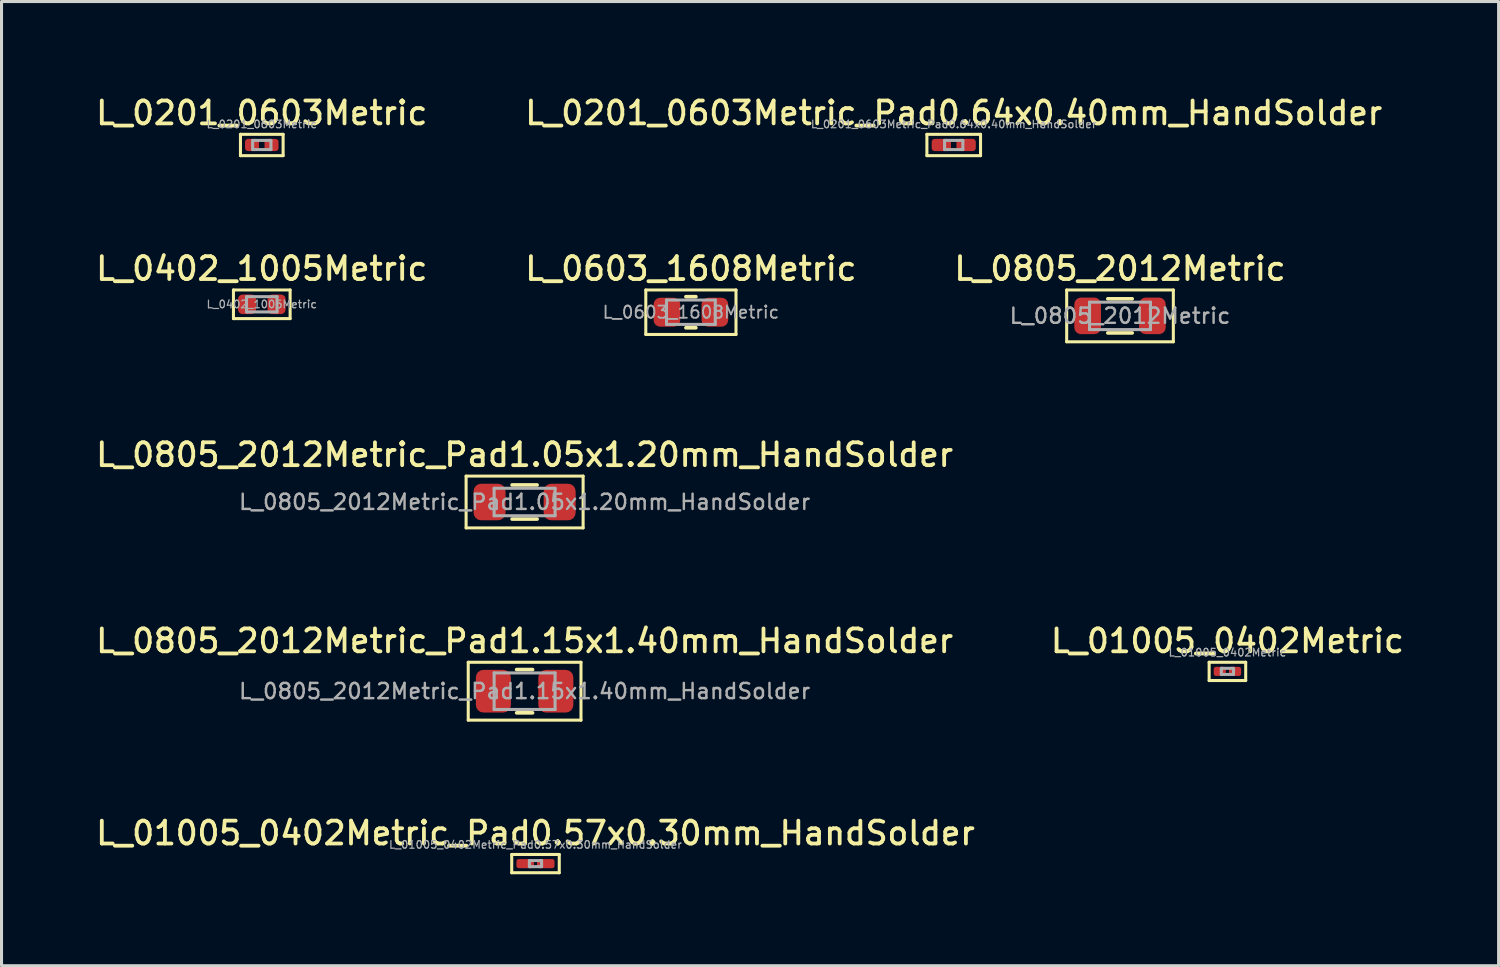
<source format=kicad_pcb>
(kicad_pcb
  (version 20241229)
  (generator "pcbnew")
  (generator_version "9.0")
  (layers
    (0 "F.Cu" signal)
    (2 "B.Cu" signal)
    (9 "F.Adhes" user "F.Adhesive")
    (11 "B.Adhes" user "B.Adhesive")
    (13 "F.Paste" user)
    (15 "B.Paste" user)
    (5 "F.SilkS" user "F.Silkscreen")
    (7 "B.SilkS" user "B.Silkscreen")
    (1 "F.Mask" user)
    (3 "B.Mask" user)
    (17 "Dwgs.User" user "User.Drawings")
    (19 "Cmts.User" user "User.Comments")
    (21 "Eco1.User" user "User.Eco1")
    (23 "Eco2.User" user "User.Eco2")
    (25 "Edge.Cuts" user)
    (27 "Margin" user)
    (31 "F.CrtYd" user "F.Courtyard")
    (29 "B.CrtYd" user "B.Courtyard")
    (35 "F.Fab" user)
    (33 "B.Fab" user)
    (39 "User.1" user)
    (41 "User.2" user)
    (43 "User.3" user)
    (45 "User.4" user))
  (footprint "L_0805_2012Metric_Pad1.15x1.40mm_HandSolder"
    (layer "F.Cu")
    (at 14.166 19.633)
    (property "Reference" "L_0805_2012Metric_Pad1.15x1.40mm_HandSolder" (at 0 -1.65 0) (layer "F.SilkS") (effects (font (size 0.75 0.75) (thickness 0.125))))
    (attr smd)
    (fp_line (start -1.85 -0.95) (end 1.85 -0.95) (stroke (width 0.1) (type solid)) (layer "F.SilkS"))
    (fp_line (start -1.85 0.95) (end -1.85 -0.95) (stroke (width 0.1) (type solid)) (layer "F.SilkS"))
    (fp_line (start -0.261 -0.71) (end 0.261 -0.71) (stroke (width 0.12) (type solid)) (layer "F.SilkS"))
    (fp_line (start -0.261 0.71) (end 0.261 0.71) (stroke (width 0.12) (type solid)) (layer "F.SilkS"))
    (fp_line (start 1.85 -0.95) (end 1.85 0.95) (stroke (width 0.1) (type solid)) (layer "F.SilkS"))
    (fp_line (start 1.85 0.95) (end -1.85 0.95) (stroke (width 0.1) (type solid)) (layer "F.SilkS"))
    (fp_line (start -1 -0.6) (end 1 -0.6) (stroke (width 0.1) (type solid)) (layer "F.Fab"))
    (fp_line (start -1 0.6) (end -1 -0.6) (stroke (width 0.1) (type solid)) (layer "F.Fab"))
    (fp_line (start 1 -0.6) (end 1 0.6) (stroke (width 0.1) (type solid)) (layer "F.Fab"))
    (fp_line (start 1 0.6) (end -1 0.6) (stroke (width 0.1) (type solid)) (layer "F.Fab"))
    (fp_text user "${REFERENCE}" (at 0 0 0) (layer "F.Fab") (effects (font (size 0.5 0.5) (thickness 0.08))))
    (pad "1" smd roundrect (at -1.025 0) (size 1.15 1.4) (layers "F.Cu" "F.Mask" "F.Paste") (roundrect_rratio 0.217))
    (pad "2" smd roundrect (at 1.025 0) (size 1.15 1.4) (layers "F.Cu" "F.Mask" "F.Paste") (roundrect_rratio 0.217)))
  (footprint "L_01005_0402Metric"
    (layer "F.Cu")
    (at 37.23 18.983)
    (property "Reference" "L_01005_0402Metric" (at 0 -1 0) (layer "F.SilkS") (effects (font (size 0.75 0.75) (thickness 0.125))))
    (attr smd)
    (fp_line (start -0.6 -0.3) (end 0.6 -0.3) (stroke (width 0.1) (type solid)) (layer "F.SilkS"))
    (fp_line (start -0.6 0.3) (end -0.6 -0.3) (stroke (width 0.1) (type solid)) (layer "F.SilkS"))
    (fp_line (start 0.6 -0.3) (end 0.6 0.3) (stroke (width 0.1) (type solid)) (layer "F.SilkS"))
    (fp_line (start 0.6 0.3) (end -0.6 0.3) (stroke (width 0.1) (type solid)) (layer "F.SilkS"))
    (fp_line (start -0.2 -0.1) (end 0.2 -0.1) (stroke (width 0.1) (type solid)) (layer "F.Fab"))
    (fp_line (start -0.2 0.1) (end -0.2 -0.1) (stroke (width 0.1) (type solid)) (layer "F.Fab"))
    (fp_line (start 0.2 -0.1) (end 0.2 0.1) (stroke (width 0.1) (type solid)) (layer "F.Fab"))
    (fp_line (start 0.2 0.1) (end -0.2 0.1) (stroke (width 0.1) (type solid)) (layer "F.Fab"))
    (fp_text user "${REFERENCE}" (at 0 -0.62 0) (layer "F.Fab") (effects (font (size 0.25 0.25) (thickness 0.04))))
    (pad "" smd roundrect (at -0.275 0) (size 0.27 0.27) (layers "F.Paste") (roundrect_rratio 0.25))
    (pad "" smd roundrect (at 0.275 0) (size 0.27 0.27) (layers "F.Paste") (roundrect_rratio 0.25))
    (pad "1" smd roundrect (at -0.25 0) (size 0.4 0.3) (layers "F.Cu" "F.Mask") (roundrect_rratio 0.25))
    (pad "2" smd roundrect (at 0.25 0) (size 0.4 0.3) (layers "F.Cu" "F.Mask") (roundrect_rratio 0.25)))
  (footprint "L_0805_2012Metric_Pad1.05x1.20mm_HandSolder"
    (layer "F.Cu")
    (at 14.166 13.424)
    (property "Reference" "L_0805_2012Metric_Pad1.05x1.20mm_HandSolder" (at 0 -1.55 0) (layer "F.SilkS") (effects (font (size 0.75 0.75) (thickness 0.125))))
    (attr smd)
    (fp_line (start -1.92 -0.85) (end 1.92 -0.85) (stroke (width 0.1) (type solid)) (layer "F.SilkS"))
    (fp_line (start -1.92 0.85) (end -1.92 -0.85) (stroke (width 0.1) (type solid)) (layer "F.SilkS"))
    (fp_line (start -0.41 -0.56) (end 0.41 -0.56) (stroke (width 0.12) (type solid)) (layer "F.SilkS"))
    (fp_line (start -0.41 0.56) (end 0.41 0.56) (stroke (width 0.12) (type solid)) (layer "F.SilkS"))
    (fp_line (start 1.92 -0.85) (end 1.92 0.85) (stroke (width 0.1) (type solid)) (layer "F.SilkS"))
    (fp_line (start 1.92 0.85) (end -1.92 0.85) (stroke (width 0.1) (type solid)) (layer "F.SilkS"))
    (fp_line (start -1 -0.45) (end 1 -0.45) (stroke (width 0.1) (type solid)) (layer "F.Fab"))
    (fp_line (start -1 0.45) (end -1 -0.45) (stroke (width 0.1) (type solid)) (layer "F.Fab"))
    (fp_line (start 1 -0.45) (end 1 0.45) (stroke (width 0.1) (type solid)) (layer "F.Fab"))
    (fp_line (start 1 0.45) (end -1 0.45) (stroke (width 0.1) (type solid)) (layer "F.Fab"))
    (fp_text user "${REFERENCE}" (at 0 0 0) (layer "F.Fab") (effects (font (size 0.5 0.5) (thickness 0.08))))
    (pad "1" smd roundrect (at -1.15 0) (size 1.05 1.2) (layers "F.Cu" "F.Mask" "F.Paste") (roundrect_rratio 0.238))
    (pad "2" smd roundrect (at 1.15 0) (size 1.05 1.2) (layers "F.Cu" "F.Mask" "F.Paste") (roundrect_rratio 0.238)))
  (footprint "L_0402_1005Metric"
    (layer "F.Cu")
    (at 5.541 6.936)
    (property "Reference" "L_0402_1005Metric" (at 0 -1.17 0) (layer "F.SilkS") (effects (font (size 0.75 0.75) (thickness 0.125))))
    (attr smd)
    (fp_line (start -0.93 -0.47) (end 0.93 -0.47) (stroke (width 0.1) (type solid)) (layer "F.SilkS"))
    (fp_line (start -0.93 0.47) (end -0.93 -0.47) (stroke (width 0.1) (type solid)) (layer "F.SilkS"))
    (fp_line (start 0.93 -0.47) (end 0.93 0.47) (stroke (width 0.1) (type solid)) (layer "F.SilkS"))
    (fp_line (start 0.93 0.47) (end -0.93 0.47) (stroke (width 0.1) (type solid)) (layer "F.SilkS"))
    (fp_line (start -0.5 -0.25) (end 0.5 -0.25) (stroke (width 0.1) (type solid)) (layer "F.Fab"))
    (fp_line (start -0.5 0.25) (end -0.5 -0.25) (stroke (width 0.1) (type solid)) (layer "F.Fab"))
    (fp_line (start 0.5 -0.25) (end 0.5 0.25) (stroke (width 0.1) (type solid)) (layer "F.Fab"))
    (fp_line (start 0.5 0.25) (end -0.5 0.25) (stroke (width 0.1) (type solid)) (layer "F.Fab"))
    (fp_text user "${REFERENCE}" (at 0 0 0) (layer "F.Fab") (effects (font (size 0.25 0.25) (thickness 0.04))))
    (pad "1" smd roundrect (at -0.485 0) (size 0.59 0.64) (layers "F.Cu" "F.Mask" "F.Paste") (roundrect_rratio 0.25))
    (pad "2" smd roundrect (at 0.485 0) (size 0.59 0.64) (layers "F.Cu" "F.Mask" "F.Paste") (roundrect_rratio 0.25)))
  (footprint "L_01005_0402Metric_Pad0.57x0.30mm_HandSolder"
    (layer "F.Cu")
    (at 14.523 25.291)
    (property "Reference" "L_01005_0402Metric_Pad0.57x0.30mm_HandSolder" (at 0 -1 0) (layer "F.SilkS") (effects (font (size 0.75 0.75) (thickness 0.125))))
    (attr smd)
    (fp_line (start -0.78 -0.3) (end 0.78 -0.3) (stroke (width 0.1) (type solid)) (layer "F.SilkS"))
    (fp_line (start -0.78 0.3) (end -0.78 -0.3) (stroke (width 0.1) (type solid)) (layer "F.SilkS"))
    (fp_line (start 0.78 -0.3) (end 0.78 0.3) (stroke (width 0.1) (type solid)) (layer "F.SilkS"))
    (fp_line (start 0.78 0.3) (end -0.78 0.3) (stroke (width 0.1) (type solid)) (layer "F.SilkS"))
    (fp_line (start -0.2 -0.1) (end 0.2 -0.1) (stroke (width 0.1) (type solid)) (layer "F.Fab"))
    (fp_line (start -0.2 0.1) (end -0.2 -0.1) (stroke (width 0.1) (type solid)) (layer "F.Fab"))
    (fp_line (start 0.2 -0.1) (end 0.2 0.1) (stroke (width 0.1) (type solid)) (layer "F.Fab"))
    (fp_line (start 0.2 0.1) (end -0.2 0.1) (stroke (width 0.1) (type solid)) (layer "F.Fab"))
    (fp_text user "${REFERENCE}" (at 0 -0.62 0) (layer "F.Fab") (effects (font (size 0.25 0.25) (thickness 0.04))))
    (pad "" smd roundrect (at -0.362 0) (size 0.41 0.27) (layers "F.Paste") (roundrect_rratio 0.25))
    (pad "" smd roundrect (at 0.362 0) (size 0.41 0.27) (layers "F.Paste") (roundrect_rratio 0.25))
    (pad "1" smd roundrect (at -0.338 0) (size 0.575 0.3) (layers "F.Cu" "F.Mask") (roundrect_rratio 0.25))
    (pad "2" smd roundrect (at 0.338 0) (size 0.575 0.3) (layers "F.Cu" "F.Mask") (roundrect_rratio 0.25)))
  (footprint "L_0201_0603Metric"
    (layer "F.Cu")
    (at 5.541 1.708)
    (property "Reference" "L_0201_0603Metric" (at 0 -1.05 0) (layer "F.SilkS") (effects (font (size 0.75 0.75) (thickness 0.125))))
    (attr smd)
    (fp_line (start -0.7 -0.35) (end 0.7 -0.35) (stroke (width 0.1) (type solid)) (layer "F.SilkS"))
    (fp_line (start -0.7 0.35) (end -0.7 -0.35) (stroke (width 0.1) (type solid)) (layer "F.SilkS"))
    (fp_line (start 0.7 -0.35) (end 0.7 0.35) (stroke (width 0.1) (type solid)) (layer "F.SilkS"))
    (fp_line (start 0.7 0.35) (end -0.7 0.35) (stroke (width 0.1) (type solid)) (layer "F.SilkS"))
    (fp_line (start -0.3 -0.15) (end 0.3 -0.15) (stroke (width 0.1) (type solid)) (layer "F.Fab"))
    (fp_line (start -0.3 0.15) (end -0.3 -0.15) (stroke (width 0.1) (type solid)) (layer "F.Fab"))
    (fp_line (start 0.3 -0.15) (end 0.3 0.15) (stroke (width 0.1) (type solid)) (layer "F.Fab"))
    (fp_line (start 0.3 0.15) (end -0.3 0.15) (stroke (width 0.1) (type solid)) (layer "F.Fab"))
    (fp_text user "${REFERENCE}" (at 0 -0.68 0) (layer "F.Fab") (effects (font (size 0.25 0.25) (thickness 0.04))))
    (pad "" smd roundrect (at -0.345 0) (size 0.318 0.36) (layers "F.Paste") (roundrect_rratio 0.25))
    (pad "" smd roundrect (at 0.345 0) (size 0.318 0.36) (layers "F.Paste") (roundrect_rratio 0.25))
    (pad "1" smd roundrect (at -0.32 0) (size 0.46 0.4) (layers "F.Cu" "F.Mask") (roundrect_rratio 0.25))
    (pad "2" smd roundrect (at 0.32 0) (size 0.46 0.4) (layers "F.Cu" "F.Mask") (roundrect_rratio 0.25)))
  (footprint "L_0805_2012Metric"
    (layer "F.Cu")
    (at 33.705 7.316)
    (property "Reference" "L_0805_2012Metric" (at 0 -1.55 0) (layer "F.SilkS") (effects (font (size 0.75 0.75) (thickness 0.125))))
    (attr smd)
    (fp_line (start -1.75 -0.85) (end 1.75 -0.85) (stroke (width 0.1) (type solid)) (layer "F.SilkS"))
    (fp_line (start -1.75 0.85) (end -1.75 -0.85) (stroke (width 0.1) (type solid)) (layer "F.SilkS"))
    (fp_line (start -0.4 -0.56) (end 0.4 -0.56) (stroke (width 0.12) (type solid)) (layer "F.SilkS"))
    (fp_line (start -0.4 0.56) (end 0.4 0.56) (stroke (width 0.12) (type solid)) (layer "F.SilkS"))
    (fp_line (start 1.75 -0.85) (end 1.75 0.85) (stroke (width 0.1) (type solid)) (layer "F.SilkS"))
    (fp_line (start 1.75 0.85) (end -1.75 0.85) (stroke (width 0.1) (type solid)) (layer "F.SilkS"))
    (fp_line (start -1 -0.45) (end 1 -0.45) (stroke (width 0.1) (type solid)) (layer "F.Fab"))
    (fp_line (start -1 0.45) (end -1 -0.45) (stroke (width 0.1) (type solid)) (layer "F.Fab"))
    (fp_line (start 1 -0.45) (end 1 0.45) (stroke (width 0.1) (type solid)) (layer "F.Fab"))
    (fp_line (start 1 0.45) (end -1 0.45) (stroke (width 0.1) (type solid)) (layer "F.Fab"))
    (fp_text user "${REFERENCE}" (at 0 0 0) (layer "F.Fab") (effects (font (size 0.5 0.5) (thickness 0.08))))
    (pad "1" smd roundrect (at -1.062 0) (size 0.875 1.2) (layers "F.Cu" "F.Mask" "F.Paste") (roundrect_rratio 0.25))
    (pad "2" smd roundrect (at 1.062 0) (size 0.875 1.2) (layers "F.Cu" "F.Mask" "F.Paste") (roundrect_rratio 0.25)))
  (footprint "L_0603_1608Metric"
    (layer "F.Cu")
    (at 19.623 7.196)
    (property "Reference" "L_0603_1608Metric" (at 0 -1.43 0) (layer "F.SilkS") (effects (font (size 0.75 0.75) (thickness 0.125))))
    (attr smd)
    (fp_line (start -1.48 -0.73) (end 1.48 -0.73) (stroke (width 0.1) (type solid)) (layer "F.SilkS"))
    (fp_line (start -1.48 0.73) (end -1.48 -0.73) (stroke (width 0.1) (type solid)) (layer "F.SilkS"))
    (fp_line (start -0.163 -0.51) (end 0.163 -0.51) (stroke (width 0.12) (type solid)) (layer "F.SilkS"))
    (fp_line (start -0.163 0.51) (end 0.163 0.51) (stroke (width 0.12) (type solid)) (layer "F.SilkS"))
    (fp_line (start 1.48 -0.73) (end 1.48 0.73) (stroke (width 0.1) (type solid)) (layer "F.SilkS"))
    (fp_line (start 1.48 0.73) (end -1.48 0.73) (stroke (width 0.1) (type solid)) (layer "F.SilkS"))
    (fp_line (start -0.8 -0.4) (end 0.8 -0.4) (stroke (width 0.1) (type solid)) (layer "F.Fab"))
    (fp_line (start -0.8 0.4) (end -0.8 -0.4) (stroke (width 0.1) (type solid)) (layer "F.Fab"))
    (fp_line (start 0.8 -0.4) (end 0.8 0.4) (stroke (width 0.1) (type solid)) (layer "F.Fab"))
    (fp_line (start 0.8 0.4) (end -0.8 0.4) (stroke (width 0.1) (type solid)) (layer "F.Fab"))
    (fp_text user "${REFERENCE}" (at 0 0 0) (layer "F.Fab") (effects (font (size 0.4 0.4) (thickness 0.06))))
    (pad "1" smd roundrect (at -0.787 0) (size 0.875 0.95) (layers "F.Cu" "F.Mask" "F.Paste") (roundrect_rratio 0.25))
    (pad "2" smd roundrect (at 0.787 0) (size 0.875 0.95) (layers "F.Cu" "F.Mask" "F.Paste") (roundrect_rratio 0.25)))
  (footprint "L_0201_0603Metric_Pad0.64x0.40mm_HandSolder"
    (layer "F.Cu")
    (at 28.248 1.708)
    (property "Reference" "L_0201_0603Metric_Pad0.64x0.40mm_HandSolder" (at 0 -1.05 0) (layer "F.SilkS") (effects (font (size 0.75 0.75) (thickness 0.125))))
    (attr smd)
    (fp_line (start -0.88 -0.35) (end 0.88 -0.35) (stroke (width 0.1) (type solid)) (layer "F.SilkS"))
    (fp_line (start -0.88 0.35) (end -0.88 -0.35) (stroke (width 0.1) (type solid)) (layer "F.SilkS"))
    (fp_line (start 0.88 -0.35) (end 0.88 0.35) (stroke (width 0.1) (type solid)) (layer "F.SilkS"))
    (fp_line (start 0.88 0.35) (end -0.88 0.35) (stroke (width 0.1) (type solid)) (layer "F.SilkS"))
    (fp_line (start -0.3 -0.15) (end 0.3 -0.15) (stroke (width 0.1) (type solid)) (layer "F.Fab"))
    (fp_line (start -0.3 0.15) (end -0.3 -0.15) (stroke (width 0.1) (type solid)) (layer "F.Fab"))
    (fp_line (start 0.3 -0.15) (end 0.3 0.15) (stroke (width 0.1) (type solid)) (layer "F.Fab"))
    (fp_line (start 0.3 0.15) (end -0.3 0.15) (stroke (width 0.1) (type solid)) (layer "F.Fab"))
    (fp_text user "${REFERENCE}" (at 0 -0.68 0) (layer "F.Fab") (effects (font (size 0.25 0.25) (thickness 0.04))))
    (pad "" smd roundrect (at -0.432 0) (size 0.458 0.36) (layers "F.Paste") (roundrect_rratio 0.25))
    (pad "" smd roundrect (at 0.432 0) (size 0.458 0.36) (layers "F.Paste") (roundrect_rratio 0.25))
    (pad "1" smd roundrect (at -0.407 0) (size 0.635 0.4) (layers "F.Cu" "F.Mask") (roundrect_rratio 0.25))
    (pad "2" smd roundrect (at 0.407 0) (size 0.635 0.4) (layers "F.Cu" "F.Mask") (roundrect_rratio 0.25)))
  (gr_rect
    (start -3 -3)
    (end 46.129 28.641)
    (stroke (width 0.1) (type default))
    (fill no)
    (layer "Edge.Cuts")))
</source>
